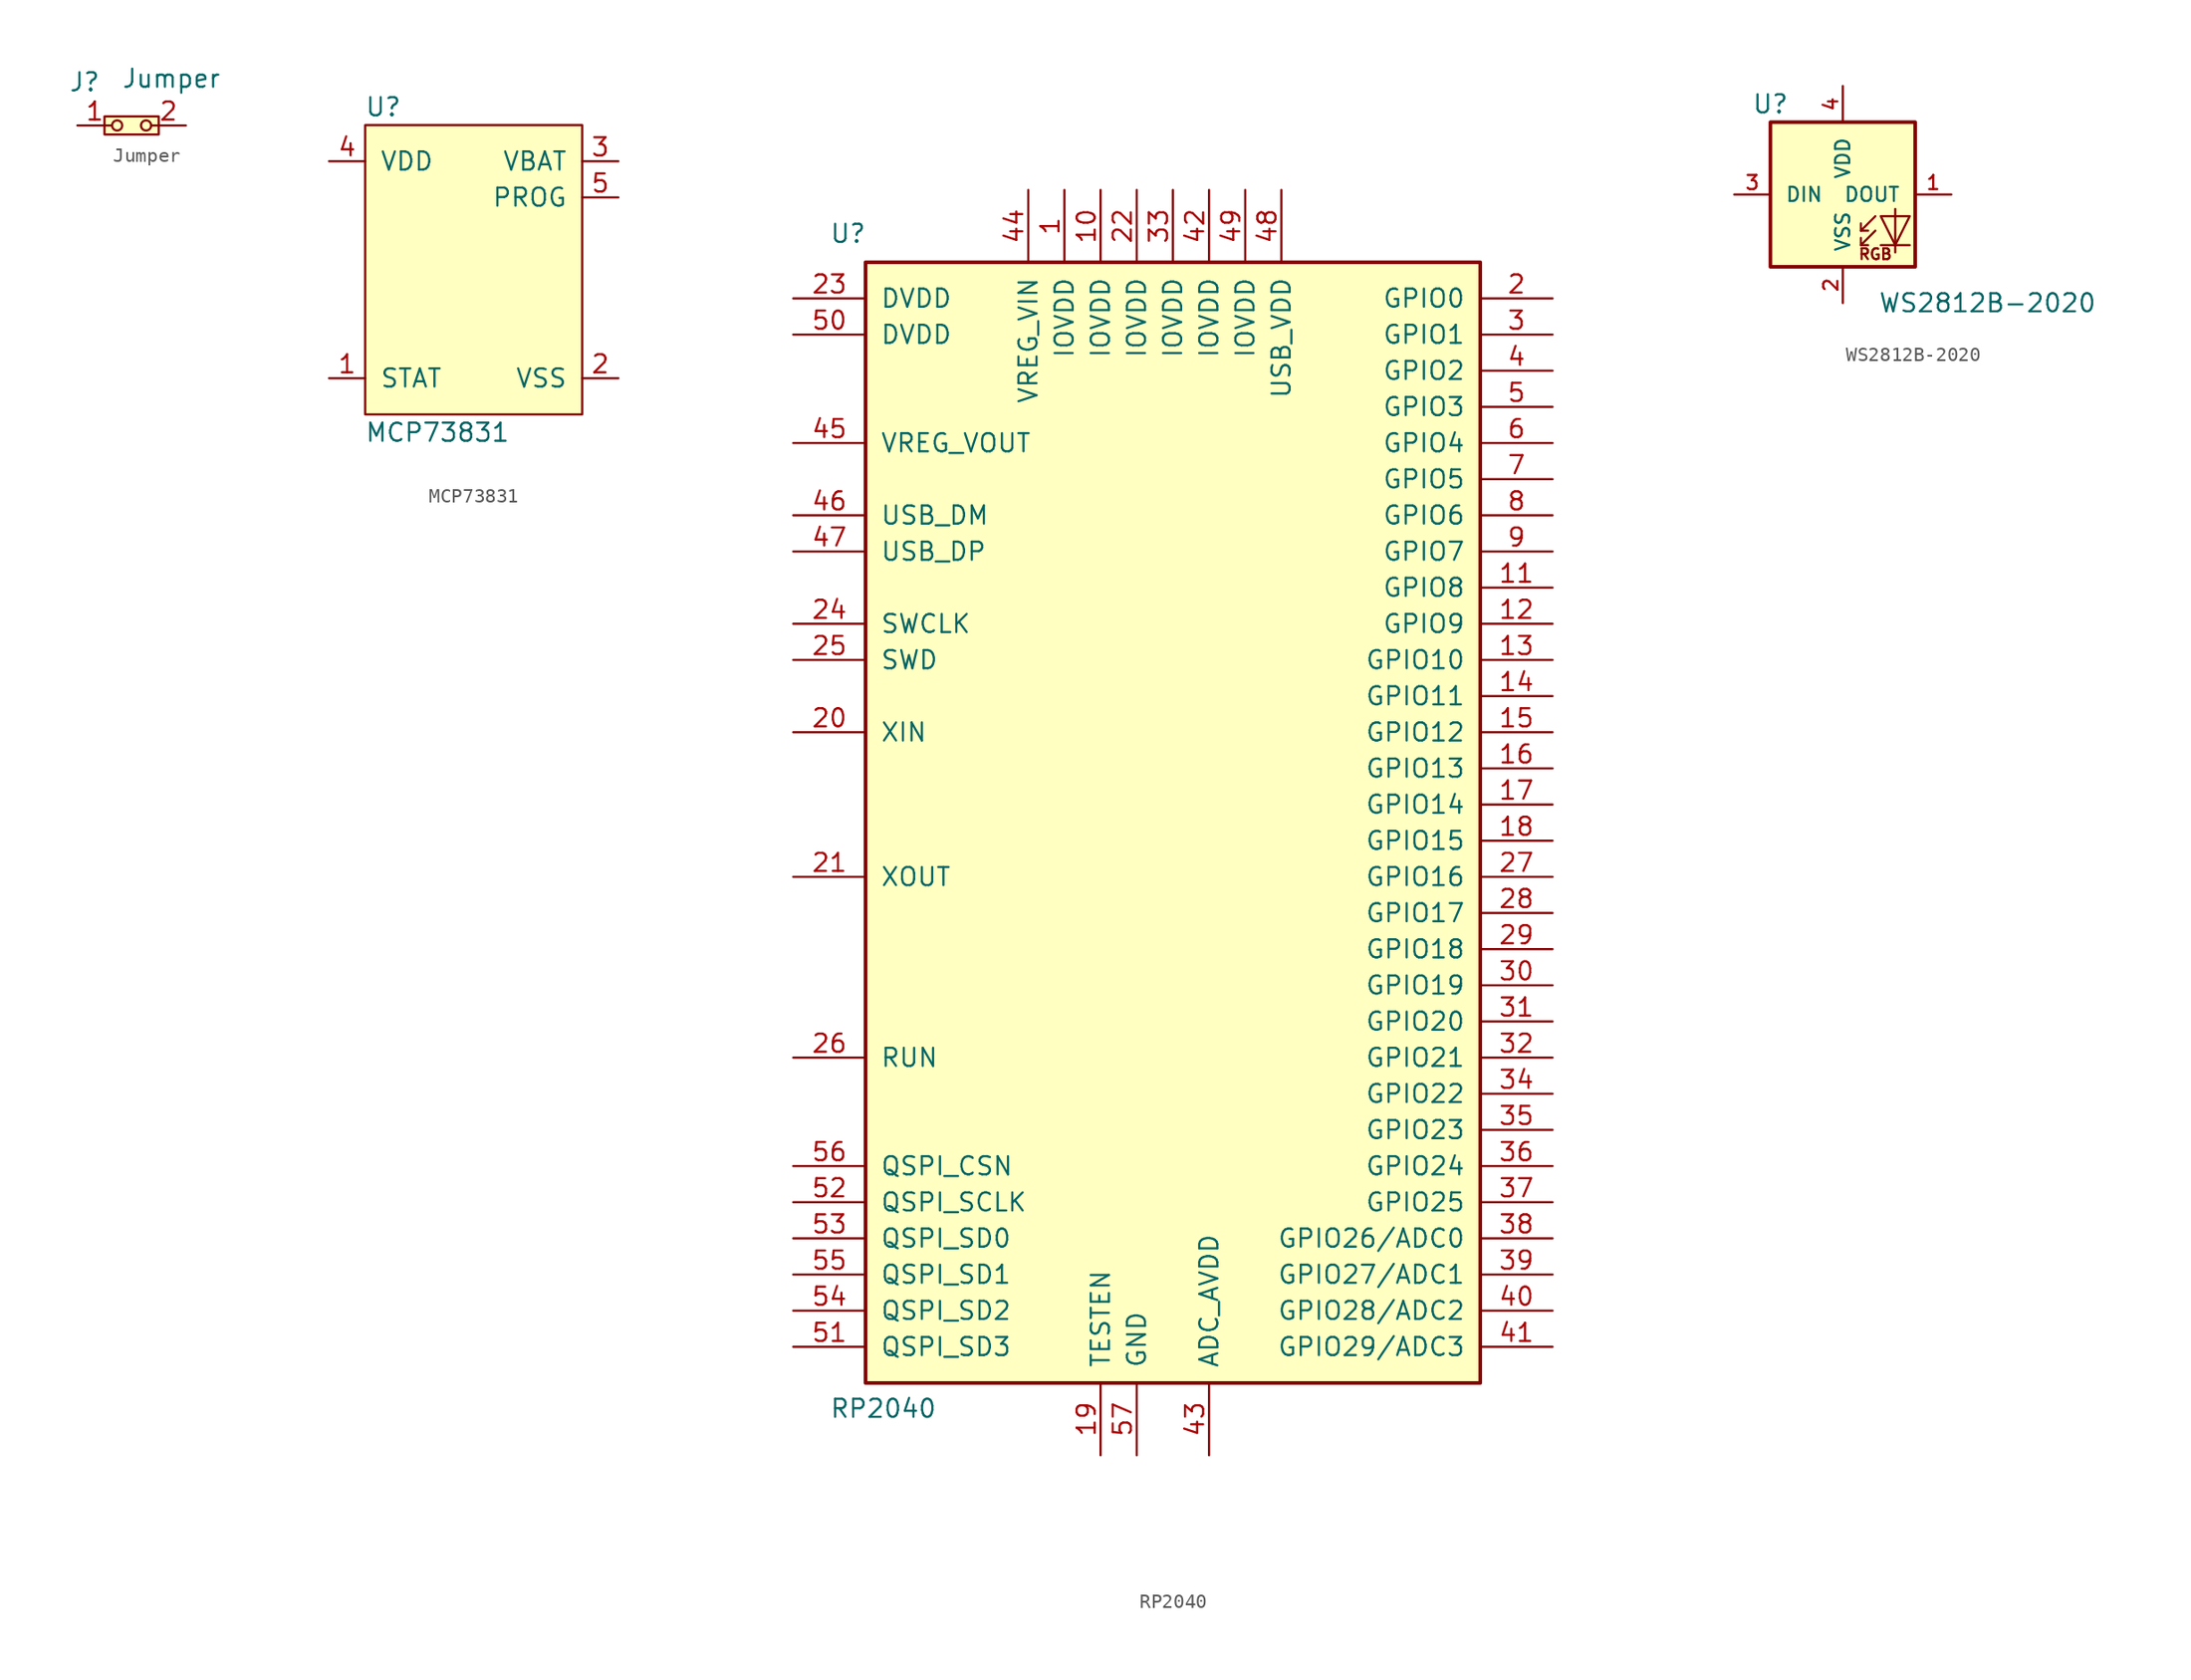
<source format=kicad_sym>
(kicad_symbol_lib
  (version 20231120)
  (generator "kicad_symbol_editor")
  (generator_version "8.0")
  (symbol "Jumper"
    (pin_names
      (offset 1.016))
    (property "Reference" "J"
      (at -3.302 3.048 0)
      (effects (font (size 1.27 1.27))))
    (property "Value" "Jumper"
      (at 2.794 3.302 0)
      (effects (font (size 1.27 1.27))))
    (symbol "Jumper_0_1"
      (rectangle (start -1.905 0.635) (end 1.905 -0.635) (stroke (width 0) (type solid)) (fill (type background)))
      (circle (center -1.016 0) (radius 0.356) (stroke (width 0) (type solid)) (fill (type none)))
      (circle (center 1.016 0) (radius 0.356) (stroke (width 0) (type solid)) (fill (type none))))
    (symbol "Jumper_1_1"
      (pin passive line (at -3.81 0 0) (length 2.438) (name "~" (effects (font (size 1.27 1.27)))) (number "1" (effects (font (size 1.27 1.27)))))
      (pin passive line (at 3.81 0 180) (length 2.438) (name "~" (effects (font (size 1.27 1.27)))) (number "2" (effects (font (size 1.27 1.27)))))))
  (symbol "MCP73831"
    (pin_names
      (offset 1.016))
    (property "Reference" "U"
      (at -6.35 11.43 0)
      (effects (font (size 1.27 1.27))))
    (property "Value" "MCP73831"
      (at -2.54 -11.43 0)
      (effects (font (size 1.27 1.27))))
    (symbol "MCP73831_0_1"
      (rectangle (start -7.62 -10.16) (end 7.62 10.16) (stroke (width 0) (type solid)) (fill (type background))))
    (symbol "MCP73831_1_1"
      (pin power_out line (at -10.16 -7.62 0) (length 2.54) (name "STAT" (effects (font (size 1.27 1.27)))) (number "1" (effects (font (size 1.27 1.27)))))
      (pin power_in line (at 10.16 -7.62 180) (length 2.54) (name "VSS" (effects (font (size 1.27 1.27)))) (number "2" (effects (font (size 1.27 1.27)))))
      (pin power_out line (at 10.16 7.62 180) (length 2.54) (name "VBAT" (effects (font (size 1.27 1.27)))) (number "3" (effects (font (size 1.27 1.27)))))
      (pin power_in line (at -10.16 7.62 0) (length 2.54) (name "VDD" (effects (font (size 1.27 1.27)))) (number "4" (effects (font (size 1.27 1.27)))))
      (pin passive line (at 10.16 5.08 180) (length 2.54) (name "PROG" (effects (font (size 1.27 1.27)))) (number "5" (effects (font (size 1.27 1.27)))))))
  (symbol "RP2040"
    (pin_names
      (offset 1.016))
    (property "Reference" "U"
      (at -24.13 40.64 0)
      (effects (font (size 1.27 1.27)) (justify left bottom)))
    (property "Value" "RP2040"
      (at -24.13 -41.91 0)
      (effects (font (size 1.27 1.27)) (justify left bottom)))
    (property "ki_locked" ""
      (at 0 0 0)
      (effects (font (size 1.27 1.27))))
    (symbol "RP2040_0_0"
      (rectangle (start -21.59 -39.37) (end 21.59 39.37) (stroke (width 0.254) (type solid)) (fill (type background)))
      (pin power_in line (at -7.62 44.45 270) (length 5.08) (name "IOVDD" (effects (font (size 1.27 1.27)))) (number "1" (effects (font (size 1.27 1.27)))))
      (pin power_in line (at -5.08 44.45 270) (length 5.08) (name "IOVDD" (effects (font (size 1.27 1.27)))) (number "10" (effects (font (size 1.27 1.27)))))
      (pin bidirectional line (at 26.67 16.51 180) (length 5.08) (name "GPIO8" (effects (font (size 1.27 1.27)))) (number "11" (effects (font (size 1.27 1.27)))))
      (pin bidirectional line (at 26.67 13.97 180) (length 5.08) (name "GPIO9" (effects (font (size 1.27 1.27)))) (number "12" (effects (font (size 1.27 1.27)))))
      (pin bidirectional line (at 26.67 11.43 180) (length 5.08) (name "GPIO10" (effects (font (size 1.27 1.27)))) (number "13" (effects (font (size 1.27 1.27)))))
      (pin bidirectional line (at 26.67 8.89 180) (length 5.08) (name "GPIO11" (effects (font (size 1.27 1.27)))) (number "14" (effects (font (size 1.27 1.27)))))
      (pin bidirectional line (at 26.67 6.35 180) (length 5.08) (name "GPIO12" (effects (font (size 1.27 1.27)))) (number "15" (effects (font (size 1.27 1.27)))))
      (pin bidirectional line (at 26.67 3.81 180) (length 5.08) (name "GPIO13" (effects (font (size 1.27 1.27)))) (number "16" (effects (font (size 1.27 1.27)))))
      (pin bidirectional line (at 26.67 1.27 180) (length 5.08) (name "GPIO14" (effects (font (size 1.27 1.27)))) (number "17" (effects (font (size 1.27 1.27)))))
      (pin bidirectional line (at 26.67 -1.27 180) (length 5.08) (name "GPIO15" (effects (font (size 1.27 1.27)))) (number "18" (effects (font (size 1.27 1.27)))))
      (pin passive line (at -5.08 -44.45 90) (length 5.08) (name "TESTEN" (effects (font (size 1.27 1.27)))) (number "19" (effects (font (size 1.27 1.27)))))
      (pin bidirectional line (at 26.67 36.83 180) (length 5.08) (name "GPIO0" (effects (font (size 1.27 1.27)))) (number "2" (effects (font (size 1.27 1.27)))))
      (pin input line (at -26.67 6.35 0) (length 5.08) (name "XIN" (effects (font (size 1.27 1.27)))) (number "20" (effects (font (size 1.27 1.27)))))
      (pin output line (at -26.67 -3.81 0) (length 5.08) (name "XOUT" (effects (font (size 1.27 1.27)))) (number "21" (effects (font (size 1.27 1.27)))))
      (pin power_in line (at -2.54 44.45 270) (length 5.08) (name "IOVDD" (effects (font (size 1.27 1.27)))) (number "22" (effects (font (size 1.27 1.27)))))
      (pin power_in line (at -26.67 36.83 0) (length 5.08) (name "DVDD" (effects (font (size 1.27 1.27)))) (number "23" (effects (font (size 1.27 1.27)))))
      (pin input line (at -26.67 13.97 0) (length 5.08) (name "SWCLK" (effects (font (size 1.27 1.27)))) (number "24" (effects (font (size 1.27 1.27)))))
      (pin bidirectional line (at -26.67 11.43 0) (length 5.08) (name "SWD" (effects (font (size 1.27 1.27)))) (number "25" (effects (font (size 1.27 1.27)))))
      (pin input line (at -26.67 -16.51 0) (length 5.08) (name "RUN" (effects (font (size 1.27 1.27)))) (number "26" (effects (font (size 1.27 1.27)))))
      (pin bidirectional line (at 26.67 -3.81 180) (length 5.08) (name "GPIO16" (effects (font (size 1.27 1.27)))) (number "27" (effects (font (size 1.27 1.27)))))
      (pin bidirectional line (at 26.67 -6.35 180) (length 5.08) (name "GPIO17" (effects (font (size 1.27 1.27)))) (number "28" (effects (font (size 1.27 1.27)))))
      (pin bidirectional line (at 26.67 -8.89 180) (length 5.08) (name "GPIO18" (effects (font (size 1.27 1.27)))) (number "29" (effects (font (size 1.27 1.27)))))
      (pin bidirectional line (at 26.67 34.29 180) (length 5.08) (name "GPIO1" (effects (font (size 1.27 1.27)))) (number "3" (effects (font (size 1.27 1.27)))))
      (pin bidirectional line (at 26.67 -11.43 180) (length 5.08) (name "GPIO19" (effects (font (size 1.27 1.27)))) (number "30" (effects (font (size 1.27 1.27)))))
      (pin bidirectional line (at 26.67 -13.97 180) (length 5.08) (name "GPIO20" (effects (font (size 1.27 1.27)))) (number "31" (effects (font (size 1.27 1.27)))))
      (pin bidirectional line (at 26.67 -16.51 180) (length 5.08) (name "GPIO21" (effects (font (size 1.27 1.27)))) (number "32" (effects (font (size 1.27 1.27)))))
      (pin power_in line (at 0 44.45 270) (length 5.08) (name "IOVDD" (effects (font (size 1.27 1.27)))) (number "33" (effects (font (size 1.27 1.27)))))
      (pin bidirectional line (at 26.67 -19.05 180) (length 5.08) (name "GPIO22" (effects (font (size 1.27 1.27)))) (number "34" (effects (font (size 1.27 1.27)))))
      (pin bidirectional line (at 26.67 -21.59 180) (length 5.08) (name "GPIO23" (effects (font (size 1.27 1.27)))) (number "35" (effects (font (size 1.27 1.27)))))
      (pin bidirectional line (at 26.67 -24.13 180) (length 5.08) (name "GPIO24" (effects (font (size 1.27 1.27)))) (number "36" (effects (font (size 1.27 1.27)))))
      (pin bidirectional line (at 26.67 -26.67 180) (length 5.08) (name "GPIO25" (effects (font (size 1.27 1.27)))) (number "37" (effects (font (size 1.27 1.27)))))
      (pin bidirectional line (at 26.67 -29.21 180) (length 5.08) (name "GPIO26/ADC0" (effects (font (size 1.27 1.27)))) (number "38" (effects (font (size 1.27 1.27)))))
      (pin bidirectional line (at 26.67 -31.75 180) (length 5.08) (name "GPIO27/ADC1" (effects (font (size 1.27 1.27)))) (number "39" (effects (font (size 1.27 1.27)))))
      (pin bidirectional line (at 26.67 31.75 180) (length 5.08) (name "GPIO2" (effects (font (size 1.27 1.27)))) (number "4" (effects (font (size 1.27 1.27)))))
      (pin bidirectional line (at 26.67 -34.29 180) (length 5.08) (name "GPIO28/ADC2" (effects (font (size 1.27 1.27)))) (number "40" (effects (font (size 1.27 1.27)))))
      (pin bidirectional line (at 26.67 -36.83 180) (length 5.08) (name "GPIO29/ADC3" (effects (font (size 1.27 1.27)))) (number "41" (effects (font (size 1.27 1.27)))))
      (pin power_in line (at 2.54 44.45 270) (length 5.08) (name "IOVDD" (effects (font (size 1.27 1.27)))) (number "42" (effects (font (size 1.27 1.27)))))
      (pin power_in line (at 2.54 -44.45 90) (length 5.08) (name "ADC_AVDD" (effects (font (size 1.27 1.27)))) (number "43" (effects (font (size 1.27 1.27)))))
      (pin input line (at -10.16 44.45 270) (length 5.08) (name "VREG_VIN" (effects (font (size 1.27 1.27)))) (number "44" (effects (font (size 1.27 1.27)))))
      (pin bidirectional line (at -26.67 21.59 0) (length 5.08) (name "USB_DM" (effects (font (size 1.27 1.27)))) (number "46" (effects (font (size 1.27 1.27)))))
      (pin bidirectional line (at -26.67 19.05 0) (length 5.08) (name "USB_DP" (effects (font (size 1.27 1.27)))) (number "47" (effects (font (size 1.27 1.27)))))
      (pin power_in line (at 7.62 44.45 270) (length 5.08) (name "USB_VDD" (effects (font (size 1.27 1.27)))) (number "48" (effects (font (size 1.27 1.27)))))
      (pin power_in line (at 5.08 44.45 270) (length 5.08) (name "IOVDD" (effects (font (size 1.27 1.27)))) (number "49" (effects (font (size 1.27 1.27)))))
      (pin bidirectional line (at 26.67 29.21 180) (length 5.08) (name "GPIO3" (effects (font (size 1.27 1.27)))) (number "5" (effects (font (size 1.27 1.27)))))
      (pin power_in line (at -26.67 34.29 0) (length 5.08) (name "DVDD" (effects (font (size 1.27 1.27)))) (number "50" (effects (font (size 1.27 1.27)))))
      (pin bidirectional line (at -26.67 -36.83 0) (length 5.08) (name "QSPI_SD3" (effects (font (size 1.27 1.27)))) (number "51" (effects (font (size 1.27 1.27)))))
      (pin bidirectional line (at -26.67 -26.67 0) (length 5.08) (name "QSPI_SCLK" (effects (font (size 1.27 1.27)))) (number "52" (effects (font (size 1.27 1.27)))))
      (pin bidirectional line (at -26.67 -29.21 0) (length 5.08) (name "QSPI_SD0" (effects (font (size 1.27 1.27)))) (number "53" (effects (font (size 1.27 1.27)))))
      (pin bidirectional line (at -26.67 -34.29 0) (length 5.08) (name "QSPI_SD2" (effects (font (size 1.27 1.27)))) (number "54" (effects (font (size 1.27 1.27)))))
      (pin bidirectional line (at -26.67 -31.75 0) (length 5.08) (name "QSPI_SD1" (effects (font (size 1.27 1.27)))) (number "55" (effects (font (size 1.27 1.27)))))
      (pin bidirectional line (at -26.67 -24.13 0) (length 5.08) (name "QSPI_CSN" (effects (font (size 1.27 1.27)))) (number "56" (effects (font (size 1.27 1.27)))))
      (pin power_in line (at -2.54 -44.45 90) (length 5.08) (name "GND" (effects (font (size 1.27 1.27)))) (number "57" (effects (font (size 1.27 1.27)))))
      (pin bidirectional line (at 26.67 26.67 180) (length 5.08) (name "GPIO4" (effects (font (size 1.27 1.27)))) (number "6" (effects (font (size 1.27 1.27)))))
      (pin bidirectional line (at 26.67 24.13 180) (length 5.08) (name "GPIO5" (effects (font (size 1.27 1.27)))) (number "7" (effects (font (size 1.27 1.27)))))
      (pin bidirectional line (at 26.67 21.59 180) (length 5.08) (name "GPIO6" (effects (font (size 1.27 1.27)))) (number "8" (effects (font (size 1.27 1.27)))))
      (pin bidirectional line (at 26.67 19.05 180) (length 5.08) (name "GPIO7" (effects (font (size 1.27 1.27)))) (number "9" (effects (font (size 1.27 1.27))))))
    (symbol "RP2040_1_0"
      (pin power_out line (at -26.67 26.67 0) (length 5.08) (name "VREG_VOUT" (effects (font (size 1.27 1.27)))) (number "45" (effects (font (size 1.27 1.27)))))))
  (symbol "WS2812B-2020"
    (pin_names
      (offset 1.016))
    (property "Reference" "U"
      (at -5.08 6.35 0)
      (effects (font (size 1.27 1.27))))
    (property "Value" "WS2812B-2020"
      (at 10.16 -7.62 0)
      (effects (font (size 1.27 1.27))))
    (symbol "WS2812B-2020_1_1"
      (polyline (pts (xy 1.27 -3.556) (xy 1.778 -3.556)) (stroke (width 0) (type solid)) (fill (type none)))
      (polyline (pts (xy 1.27 -2.54) (xy 1.778 -2.54)) (stroke (width 0) (type solid)) (fill (type none)))
      (polyline (pts (xy 4.699 -3.556) (xy 2.667 -3.556)) (stroke (width 0) (type solid)) (fill (type none)))
      (polyline (pts (xy 2.286 -2.54) (xy 1.27 -3.556) (xy 1.27 -3.048)) (stroke (width 0) (type solid)) (fill (type none)))
      (polyline (pts (xy 2.286 -1.524) (xy 1.27 -2.54) (xy 1.27 -2.032)) (stroke (width 0) (type solid)) (fill (type none)))
      (polyline (pts (xy 3.683 -1.016) (xy 3.683 -3.556) (xy 3.683 -4.064)) (stroke (width 0) (type solid)) (fill (type none)))
      (polyline (pts (xy 4.699 -1.524) (xy 2.667 -1.524) (xy 3.683 -3.556) (xy 4.699 -1.524)) (stroke (width 0) (type solid)) (fill (type none)))
      (rectangle (start 5.08 5.08) (end -5.08 -5.08) (stroke (width 0.254) (type solid)) (fill (type background)))
      (text "RGB" (at 2.286 -4.191 0) (effects (font (size 0.762 0.762))))
      (pin output line (at 7.62 0 180) (length 2.54) (name "DOUT" (effects (font (size 0.991 0.991)))) (number "1" (effects (font (size 0.991 0.991)))))
      (pin power_in line (at 0 -7.62 90) (length 2.54) (name "VSS" (effects (font (size 0.991 0.991)))) (number "2" (effects (font (size 0.991 0.991)))))
      (pin input line (at -7.62 0 0) (length 2.54) (name "DIN" (effects (font (size 0.991 0.991)))) (number "3" (effects (font (size 0.991 0.991)))))
      (pin power_in line (at 0 7.62 270) (length 2.54) (name "VDD" (effects (font (size 0.991 0.991)))) (number "4" (effects (font (size 0.991 0.991))))))))
</source>
